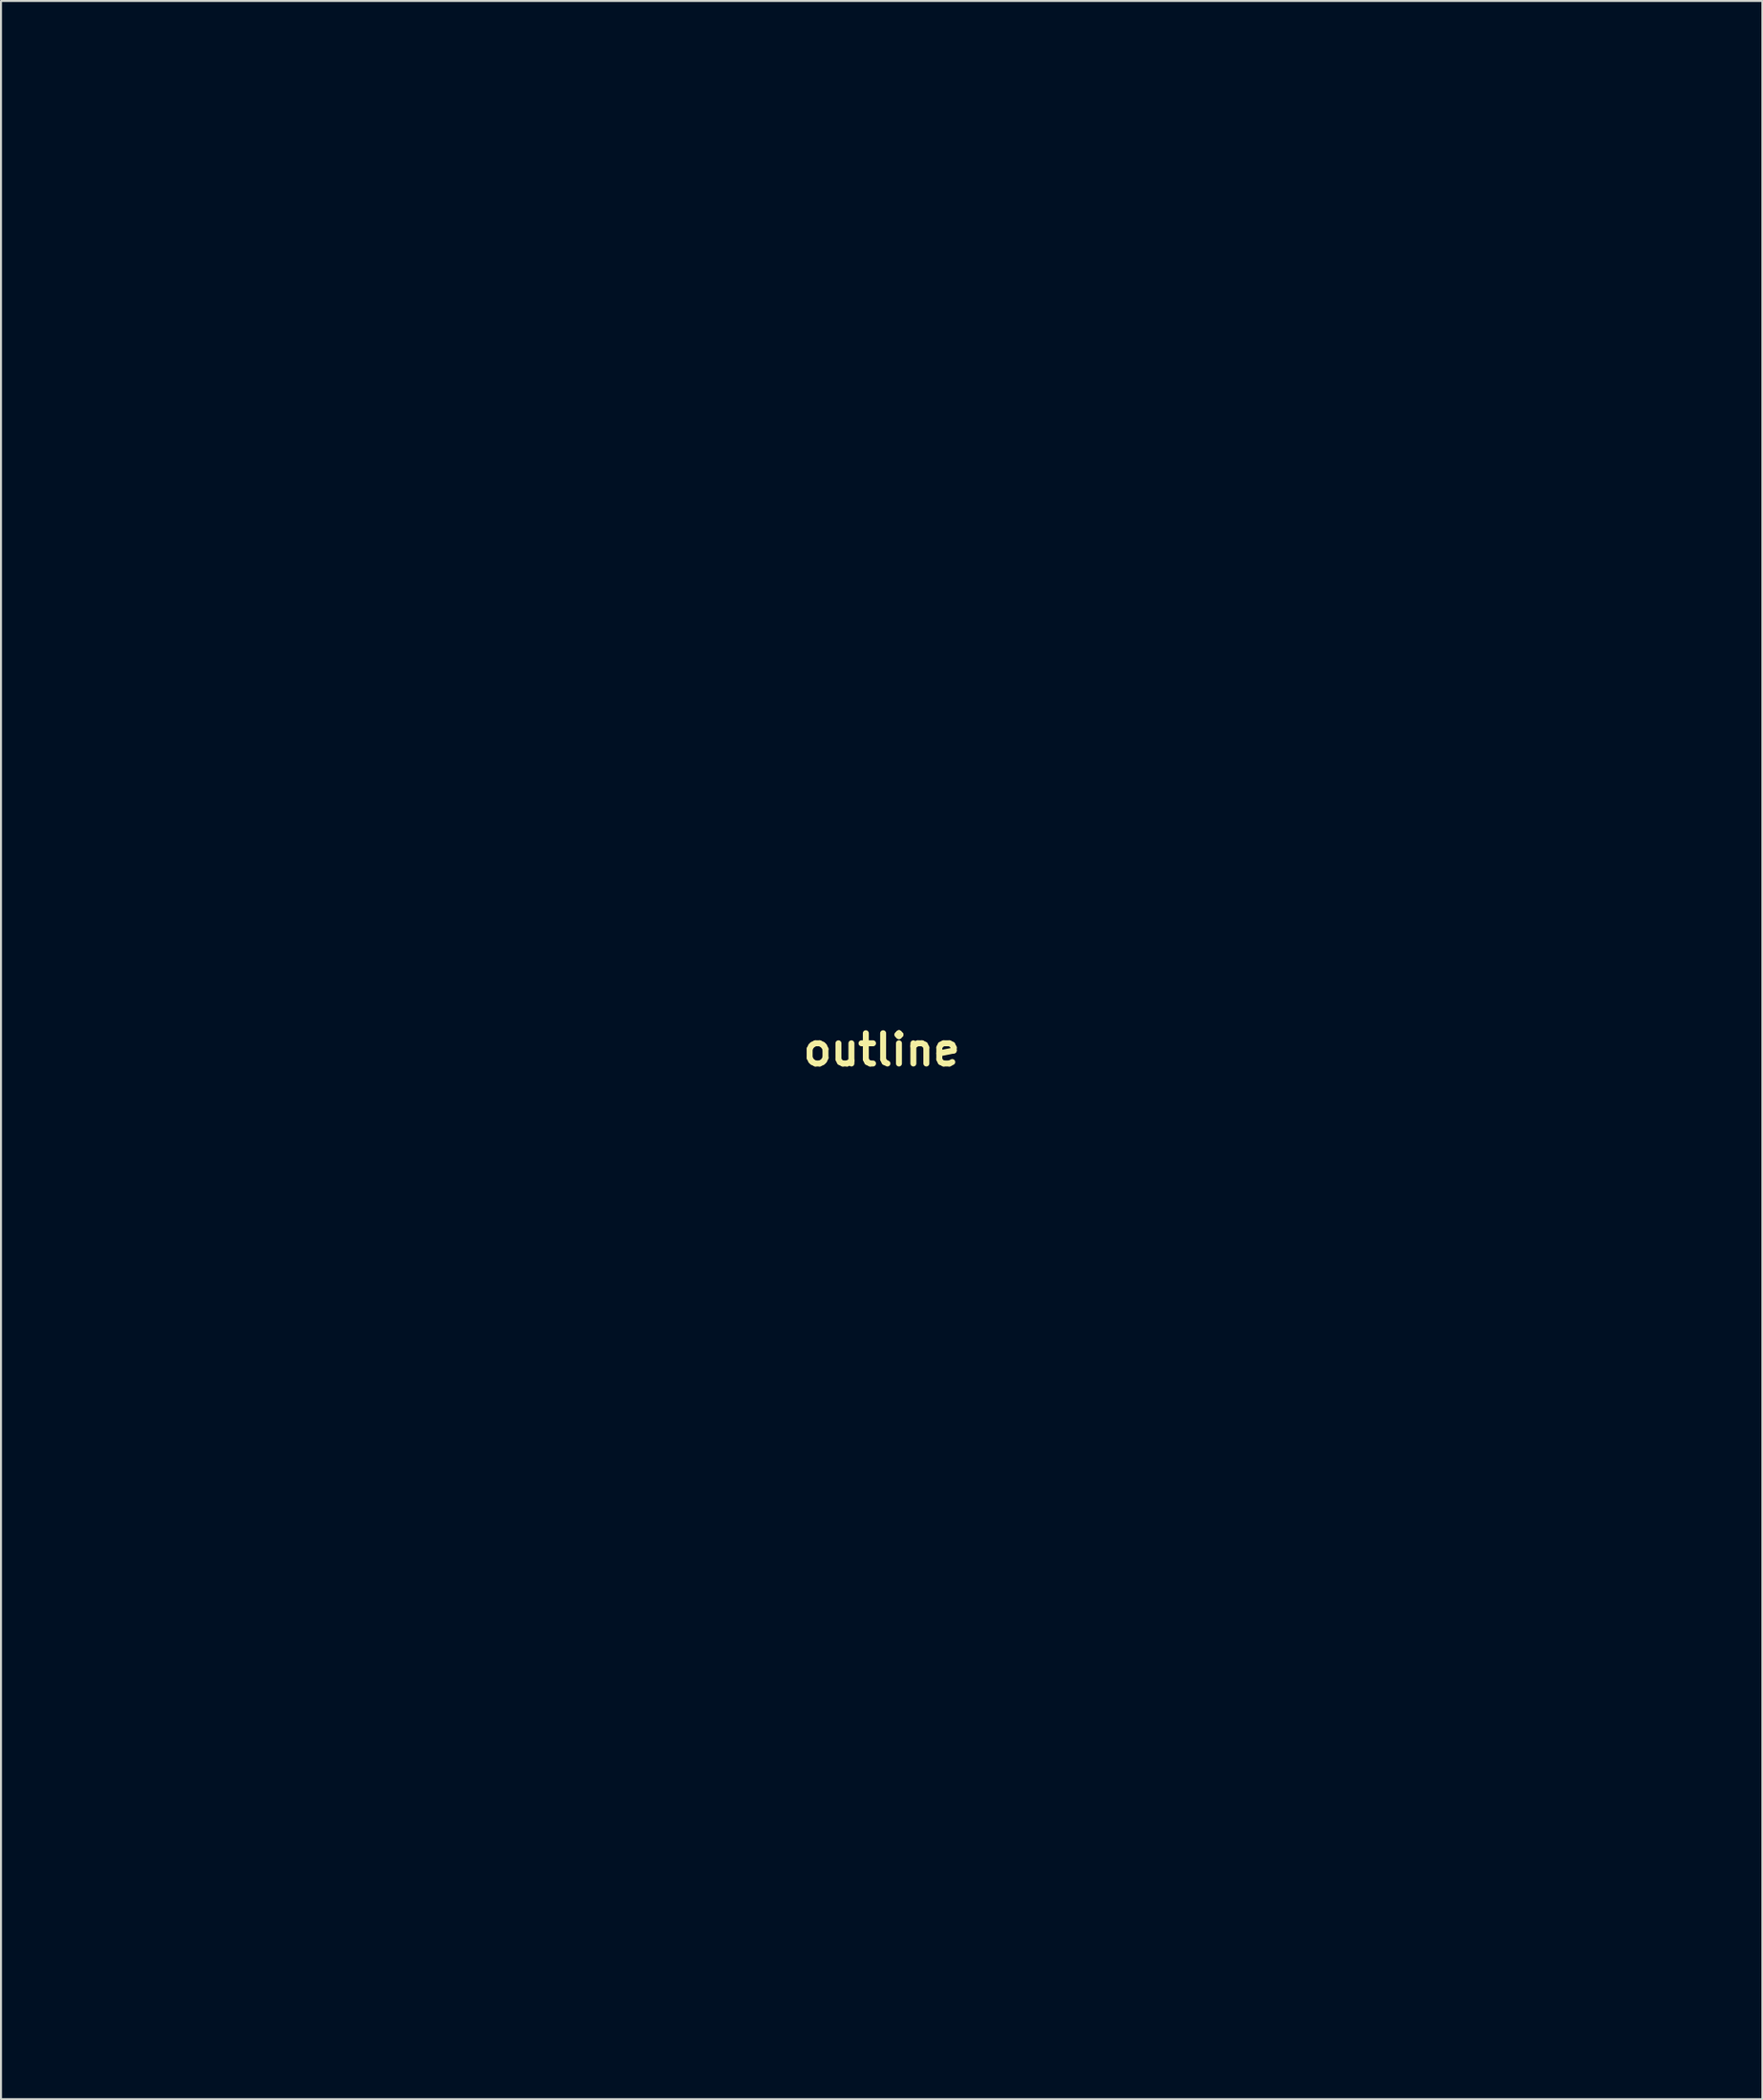
<source format=kicad_pcb>
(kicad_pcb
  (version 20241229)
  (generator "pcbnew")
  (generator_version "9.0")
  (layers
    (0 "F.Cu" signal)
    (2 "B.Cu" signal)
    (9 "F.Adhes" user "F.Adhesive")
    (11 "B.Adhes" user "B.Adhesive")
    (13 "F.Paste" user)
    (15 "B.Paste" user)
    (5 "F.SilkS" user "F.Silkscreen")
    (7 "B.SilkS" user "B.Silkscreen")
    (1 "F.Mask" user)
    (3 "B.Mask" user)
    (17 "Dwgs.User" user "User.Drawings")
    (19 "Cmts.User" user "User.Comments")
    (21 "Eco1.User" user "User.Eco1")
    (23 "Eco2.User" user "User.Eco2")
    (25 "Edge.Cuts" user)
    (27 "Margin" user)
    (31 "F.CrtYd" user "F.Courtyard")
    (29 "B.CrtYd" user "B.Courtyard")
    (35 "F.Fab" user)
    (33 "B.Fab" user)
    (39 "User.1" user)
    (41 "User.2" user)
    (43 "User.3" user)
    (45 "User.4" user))
  (footprint "outline"
    (layer "F.Cu")
    (at 41.358 49.798)
    (property "Reference" "outline" (at 0 0 0) (layer "F.SilkS") (effects (font (size 1.524 1.524) (thickness 0.3))))
    (attr through_hole)
    (fp_poly (pts (xy 41.353 49.82) (xy -41.353 49.82) (xy -41.353 -49.52) (xy -41.081 -49.52) (xy -41.081 49.548) (xy 41.081 49.548) (xy 41.081 -49.52) (xy -41.081 -49.52) (xy -41.353 -49.52) (xy -41.353 -49.793) (xy 41.353 -49.793) (xy 41.353 49.82)) (stroke (width 0.01) (type solid)) (fill no) (layer "Eco1.User")))
  (gr_rect
    (start -3 -3)
    (end 85.717 102.623)
    (stroke (width 0.1) (type default))
    (fill no)
    (layer "Edge.Cuts")))
</source>
